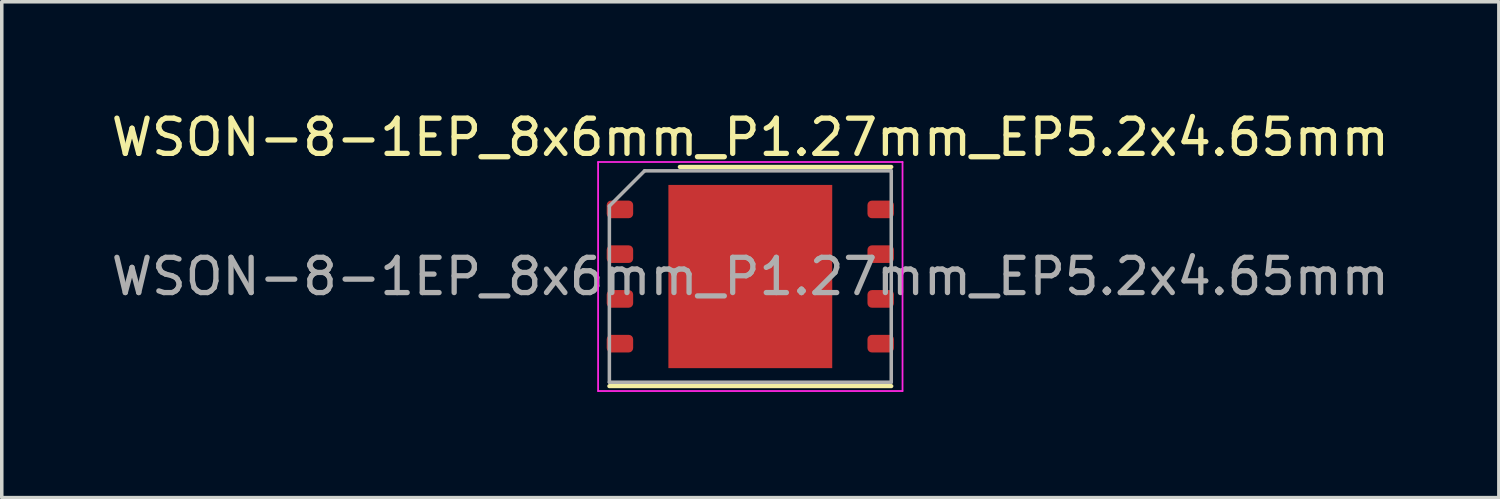
<source format=kicad_pcb>
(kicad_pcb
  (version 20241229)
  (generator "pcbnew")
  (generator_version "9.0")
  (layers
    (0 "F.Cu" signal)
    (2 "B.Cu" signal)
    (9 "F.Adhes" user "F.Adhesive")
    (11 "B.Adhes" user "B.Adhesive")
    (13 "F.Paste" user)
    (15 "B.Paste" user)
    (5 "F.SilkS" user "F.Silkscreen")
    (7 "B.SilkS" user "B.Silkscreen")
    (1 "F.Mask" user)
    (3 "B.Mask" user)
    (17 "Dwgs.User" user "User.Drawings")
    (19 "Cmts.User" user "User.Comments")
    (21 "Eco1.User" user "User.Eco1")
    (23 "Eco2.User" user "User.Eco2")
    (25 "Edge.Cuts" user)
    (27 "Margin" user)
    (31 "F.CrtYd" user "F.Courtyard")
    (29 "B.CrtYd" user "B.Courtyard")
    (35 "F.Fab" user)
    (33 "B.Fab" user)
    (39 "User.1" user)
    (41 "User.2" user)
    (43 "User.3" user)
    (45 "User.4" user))
  (footprint "WSON-8-1EP_8x6mm_P1.27mm_EP5.2x4.65mm"
    (layer "F.Cu")
    (at 18.244 4.798)
    (property "Reference" "WSON-8-1EP_8x6mm_P1.27mm_EP5.2x4.65mm" (at 0 -3.95 0) (layer "F.SilkS") (effects (font (size 1 1) (thickness 0.15))))
    (attr smd)
    (fp_line (start -4 3.11) (end 4 3.11) (stroke (width 0.12) (type solid)) (layer "F.SilkS"))
    (fp_line (start -2 -3.11) (end 4 -3.11) (stroke (width 0.12) (type solid)) (layer "F.SilkS"))
    (fp_line (start -4.32 -3.25) (end -4.32 3.25) (stroke (width 0.05) (type solid)) (layer "F.CrtYd"))
    (fp_line (start -4.32 3.25) (end 4.32 3.25) (stroke (width 0.05) (type solid)) (layer "F.CrtYd"))
    (fp_line (start 4.32 -3.25) (end -4.32 -3.25) (stroke (width 0.05) (type solid)) (layer "F.CrtYd"))
    (fp_line (start 4.32 3.25) (end 4.32 -3.25) (stroke (width 0.05) (type solid)) (layer "F.CrtYd"))
    (fp_line (start -4 -2) (end -3 -3) (stroke (width 0.1) (type solid)) (layer "F.Fab"))
    (fp_line (start -4 3) (end -4 -2) (stroke (width 0.1) (type solid)) (layer "F.Fab"))
    (fp_line (start -3 -3) (end 4 -3) (stroke (width 0.1) (type solid)) (layer "F.Fab"))
    (fp_line (start 4 -3) (end 4 3) (stroke (width 0.1) (type solid)) (layer "F.Fab"))
    (fp_line (start 4 3) (end -4 3) (stroke (width 0.1) (type solid)) (layer "F.Fab"))
    (fp_text user "${REFERENCE}" (at 0 0 0) (layer "F.Fab") (effects (font (size 1 1) (thickness 0.15))))
    (pad "" smd roundrect (at -0.85 -1.075) (size 1.37 1.73) (layers "F.Paste") (roundrect_rratio 0.182))
    (pad "" smd roundrect (at -0.85 1.075) (size 1.37 1.73) (layers "F.Paste") (roundrect_rratio 0.182))
    (pad "" smd roundrect (at 0.85 -1.075) (size 1.37 1.73) (layers "F.Paste") (roundrect_rratio 0.182))
    (pad "" smd roundrect (at 0.85 1.075) (size 1.37 1.73) (layers "F.Paste") (roundrect_rratio 0.182))
    (pad "1" smd roundrect (at -3.7 -1.905) (size 0.75 0.5) (layers "F.Cu" "F.Mask" "F.Paste") (roundrect_rratio 0.25))
    (pad "2" smd roundrect (at -3.7 -0.635) (size 0.75 0.5) (layers "F.Cu" "F.Mask" "F.Paste") (roundrect_rratio 0.25))
    (pad "3" smd roundrect (at -3.7 0.635) (size 0.75 0.5) (layers "F.Cu" "F.Mask" "F.Paste") (roundrect_rratio 0.25))
    (pad "4" smd roundrect (at -3.7 1.905) (size 0.75 0.5) (layers "F.Cu" "F.Mask" "F.Paste") (roundrect_rratio 0.25))
    (pad "5" smd roundrect (at 3.7 1.905) (size 0.75 0.5) (layers "F.Cu" "F.Mask" "F.Paste") (roundrect_rratio 0.25))
    (pad "6" smd roundrect (at 3.7 0.635) (size 0.75 0.5) (layers "F.Cu" "F.Mask" "F.Paste") (roundrect_rratio 0.25))
    (pad "7" smd roundrect (at 3.7 -0.635) (size 0.75 0.5) (layers "F.Cu" "F.Mask" "F.Paste") (roundrect_rratio 0.25))
    (pad "8" smd roundrect (at 3.7 -1.905) (size 0.75 0.5) (layers "F.Cu" "F.Mask" "F.Paste") (roundrect_rratio 0.25))
    (pad "9" smd rect (at 0 0) (size 4.65 5.2) (layers "F.Cu" "F.Mask")))
  (gr_rect
    (start -3 -3)
    (end 39.488 11.073)
    (stroke (width 0.1) (type default))
    (fill no)
    (layer "Edge.Cuts")))
</source>
